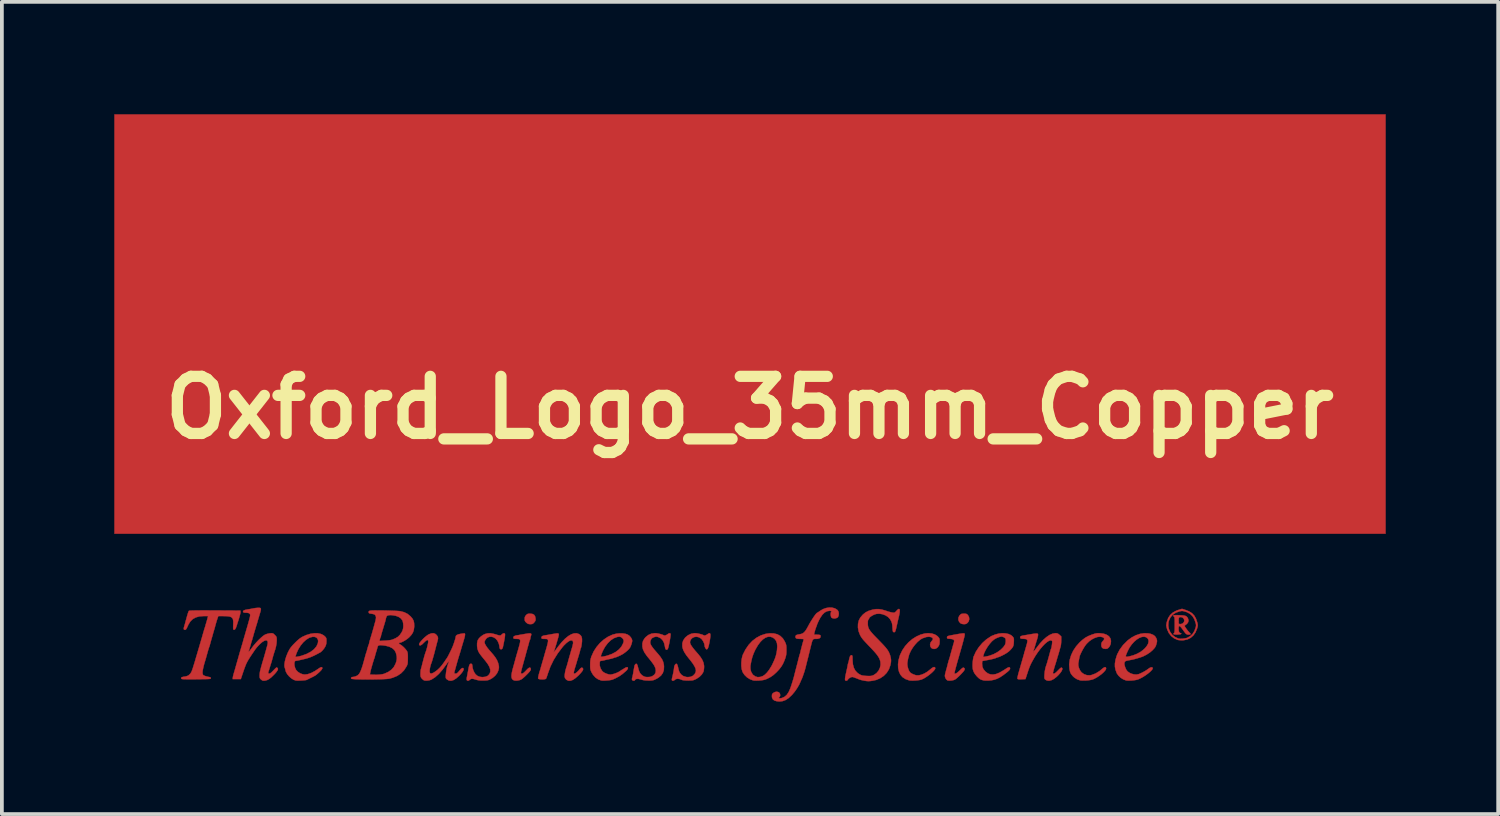
<source format=kicad_pcb>
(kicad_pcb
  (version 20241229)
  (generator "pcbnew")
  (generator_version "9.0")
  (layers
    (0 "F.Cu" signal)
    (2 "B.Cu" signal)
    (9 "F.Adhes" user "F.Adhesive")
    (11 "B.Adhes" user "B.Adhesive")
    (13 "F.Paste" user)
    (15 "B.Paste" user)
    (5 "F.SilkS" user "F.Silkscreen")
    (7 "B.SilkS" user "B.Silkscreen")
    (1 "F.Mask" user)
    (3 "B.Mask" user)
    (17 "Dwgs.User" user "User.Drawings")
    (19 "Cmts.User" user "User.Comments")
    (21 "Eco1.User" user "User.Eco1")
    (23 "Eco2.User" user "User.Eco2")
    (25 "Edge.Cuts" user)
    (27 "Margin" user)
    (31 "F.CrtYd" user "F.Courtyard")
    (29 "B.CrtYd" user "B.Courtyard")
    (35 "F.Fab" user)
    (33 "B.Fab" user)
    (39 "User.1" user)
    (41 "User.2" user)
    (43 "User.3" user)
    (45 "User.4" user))
  (footprint "Oxford_Logo_35mm_Copper"
    (layer "F.Cu")
    (at 16.959 7.828)
    (property "Reference" "Oxford_Logo_35mm_Copper" (at 0 0 0) (layer "F.SilkS") (effects (font (size 1.524 1.524) (thickness 0.3))))
    (attr through_hole)
    (fp_poly (pts (xy 16.967 3.365) (xy -16.954 3.365) (xy -16.954 -7.823) (xy 16.967 -7.823) (xy 16.967 3.365)) (stroke (width 0.01) (type solid)) (fill yes) (layer "F.Cu"))
    (fp_poly (pts (xy 5.759 5.5) (xy 5.786 5.507) (xy 5.807 5.522) (xy 5.822 5.538) (xy 5.85 5.589) (xy 5.857 5.646) (xy 5.843 5.701) (xy 5.816 5.739) (xy 5.785 5.765) (xy 5.753 5.776) (xy 5.717 5.779) (xy 5.673 5.774) (xy 5.637 5.763) (xy 5.629 5.759) (xy 5.587 5.716) (xy 5.567 5.664) (xy 5.568 5.609) (xy 5.592 5.556) (xy 5.602 5.544) (xy 5.627 5.518) (xy 5.649 5.505) (xy 5.68 5.5) (xy 5.715 5.499) (xy 5.759 5.5)) (stroke (width 0.01) (type solid)) (fill yes) (layer "F.Cu"))
    (fp_poly (pts (xy -5.8 5.506) (xy -5.757 5.528) (xy -5.73 5.567) (xy -5.718 5.622) (xy -5.716 5.662) (xy -5.723 5.691) (xy -5.741 5.718) (xy -5.753 5.732) (xy -5.781 5.761) (xy -5.808 5.775) (xy -5.844 5.778) (xy -5.856 5.779) (xy -5.9 5.775) (xy -5.934 5.761) (xy -5.962 5.739) (xy -5.99 5.711) (xy -6.004 5.684) (xy -6.007 5.647) (xy -6.007 5.639) (xy -6.004 5.595) (xy -5.99 5.563) (xy -5.97 5.539) (xy -5.945 5.515) (xy -5.92 5.503) (xy -5.885 5.499) (xy -5.863 5.499) (xy -5.8 5.506)) (stroke (width 0.01) (type solid)) (fill yes) (layer "F.Cu"))
    (fp_poly (pts (xy 11.626 5.399) (xy 11.725 5.438) (xy 11.803 5.488) (xy 11.864 5.553) (xy 11.909 5.635) (xy 11.943 5.735) (xy 11.953 5.777) (xy 11.956 5.809) (xy 11.952 5.841) (xy 11.94 5.885) (xy 11.937 5.895) (xy 11.896 5.996) (xy 11.838 6.08) (xy 11.766 6.143) (xy 11.681 6.186) (xy 11.584 6.207) (xy 11.535 6.209) (xy 11.485 6.207) (xy 11.442 6.203) (xy 11.417 6.198) (xy 11.325 6.157) (xy 11.247 6.096) (xy 11.184 6.017) (xy 11.14 5.921) (xy 11.126 5.87) (xy 11.118 5.829) (xy 11.118 5.818) (xy 11.168 5.818) (xy 11.184 5.908) (xy 11.221 5.99) (xy 11.275 6.063) (xy 11.346 6.12) (xy 11.43 6.159) (xy 11.449 6.164) (xy 11.489 6.169) (xy 11.543 6.167) (xy 11.601 6.16) (xy 11.653 6.15) (xy 11.684 6.139) (xy 11.762 6.092) (xy 11.821 6.034) (xy 11.866 5.96) (xy 11.895 5.884) (xy 11.907 5.839) (xy 11.91 5.804) (xy 11.904 5.766) (xy 11.9 5.749) (xy 11.865 5.648) (xy 11.816 5.567) (xy 11.751 5.505) (xy 11.669 5.46) (xy 11.629 5.446) (xy 11.582 5.433) (xy 11.548 5.427) (xy 11.517 5.428) (xy 11.477 5.436) (xy 11.46 5.44) (xy 11.365 5.475) (xy 11.287 5.528) (xy 11.227 5.597) (xy 11.187 5.682) (xy 11.175 5.724) (xy 11.168 5.818) (xy 11.118 5.818) (xy 11.117 5.793) (xy 11.123 5.751) (xy 11.132 5.714) (xy 11.166 5.616) (xy 11.219 5.535) (xy 11.289 5.47) (xy 11.38 5.421) (xy 11.444 5.398) (xy 11.536 5.37) (xy 11.626 5.399)) (stroke (width 0.01) (type solid)) (fill yes) (layer "F.Cu"))
    (fp_poly (pts (xy 0.639 6.026) (xy 0.735 6.049) (xy 0.816 6.094) (xy 0.883 6.159) (xy 0.934 6.241) (xy 0.954 6.285) (xy 0.967 6.32) (xy 0.974 6.355) (xy 0.977 6.397) (xy 0.978 6.456) (xy 0.978 6.465) (xy 0.977 6.532) (xy 0.973 6.585) (xy 0.964 6.633) (xy 0.949 6.684) (xy 0.925 6.748) (xy 0.918 6.766) (xy 0.883 6.842) (xy 0.841 6.912) (xy 0.788 6.981) (xy 0.718 7.057) (xy 0.712 7.063) (xy 0.636 7.132) (xy 0.559 7.187) (xy 0.471 7.233) (xy 0.419 7.255) (xy 0.374 7.267) (xy 0.311 7.277) (xy 0.242 7.283) (xy 0.173 7.285) (xy 0.115 7.283) (xy 0.089 7.279) (xy 0.006 7.248) (xy -0.073 7.199) (xy -0.139 7.135) (xy -0.188 7.062) (xy -0.194 7.05) (xy -0.214 6.982) (xy -0.224 6.901) (xy 0.017 6.901) (xy 0.017 6.976) (xy 0.036 7.049) (xy 0.072 7.112) (xy 0.089 7.132) (xy 0.148 7.174) (xy 0.211 7.193) (xy 0.282 7.187) (xy 0.343 7.166) (xy 0.401 7.129) (xy 0.461 7.07) (xy 0.521 6.992) (xy 0.578 6.899) (xy 0.601 6.856) (xy 0.643 6.765) (xy 0.675 6.689) (xy 0.698 6.618) (xy 0.715 6.546) (xy 0.727 6.471) (xy 0.734 6.37) (xy 0.726 6.288) (xy 0.702 6.222) (xy 0.661 6.17) (xy 0.616 6.137) (xy 0.553 6.114) (xy 0.487 6.115) (xy 0.419 6.139) (xy 0.35 6.186) (xy 0.283 6.253) (xy 0.217 6.341) (xy 0.155 6.448) (xy 0.147 6.462) (xy 0.101 6.563) (xy 0.066 6.662) (xy 0.04 6.768) (xy 0.018 6.889) (xy 0.017 6.901) (xy -0.224 6.901) (xy -0.225 6.898) (xy -0.225 6.807) (xy -0.216 6.715) (xy -0.197 6.631) (xy -0.183 6.591) (xy -0.113 6.453) (xy -0.029 6.331) (xy 0.068 6.227) (xy 0.177 6.143) (xy 0.294 6.08) (xy 0.42 6.039) (xy 0.529 6.023) (xy 0.639 6.026)) (stroke (width 0.01) (type solid)) (fill yes) (layer "F.Cu"))
    (fp_poly (pts (xy 4.859 6.029) (xy 4.941 6.055) (xy 5.007 6.098) (xy 5.02 6.111) (xy 5.047 6.141) (xy 5.061 6.167) (xy 5.066 6.199) (xy 5.067 6.237) (xy 5.064 6.296) (xy 5.052 6.34) (xy 5.027 6.38) (xy 5.006 6.404) (xy 4.966 6.432) (xy 4.918 6.441) (xy 4.871 6.431) (xy 4.841 6.41) (xy 4.817 6.367) (xy 4.812 6.316) (xy 4.827 6.266) (xy 4.851 6.234) (xy 4.882 6.196) (xy 4.888 6.166) (xy 4.87 6.141) (xy 4.842 6.125) (xy 4.782 6.114) (xy 4.709 6.122) (xy 4.622 6.152) (xy 4.602 6.16) (xy 4.54 6.198) (xy 4.475 6.255) (xy 4.41 6.326) (xy 4.35 6.405) (xy 4.299 6.488) (xy 4.262 6.569) (xy 4.252 6.595) (xy 4.223 6.705) (xy 4.207 6.798) (xy 4.204 6.842) (xy 4.21 6.9) (xy 4.226 6.963) (xy 4.248 7.02) (xy 4.275 7.062) (xy 4.276 7.064) (xy 4.31 7.09) (xy 4.359 7.116) (xy 4.415 7.136) (xy 4.446 7.144) (xy 4.51 7.145) (xy 4.584 7.127) (xy 4.663 7.094) (xy 4.742 7.046) (xy 4.815 6.988) (xy 4.865 6.947) (xy 4.905 6.926) (xy 4.934 6.925) (xy 4.95 6.946) (xy 4.951 6.952) (xy 4.944 6.977) (xy 4.919 7.013) (xy 4.88 7.054) (xy 4.83 7.099) (xy 4.772 7.145) (xy 4.712 7.187) (xy 4.652 7.224) (xy 4.596 7.251) (xy 4.582 7.257) (xy 4.535 7.269) (xy 4.471 7.278) (xy 4.4 7.284) (xy 4.332 7.285) (xy 4.275 7.282) (xy 4.255 7.279) (xy 4.158 7.245) (xy 4.076 7.192) (xy 4.073 7.189) (xy 4.019 7.125) (xy 3.982 7.045) (xy 3.961 6.952) (xy 3.957 6.849) (xy 3.971 6.739) (xy 4.002 6.626) (xy 4.013 6.597) (xy 4.072 6.475) (xy 4.148 6.363) (xy 4.238 6.263) (xy 4.339 6.177) (xy 4.448 6.108) (xy 4.561 6.057) (xy 4.676 6.027) (xy 4.763 6.02) (xy 4.859 6.029)) (stroke (width 0.01) (type solid)) (fill yes) (layer "F.Cu"))
    (fp_poly (pts (xy 11.451 5.539) (xy 11.459 5.54) (xy 11.535 5.543) (xy 11.59 5.549) (xy 11.629 5.559) (xy 11.656 5.574) (xy 11.677 5.596) (xy 11.692 5.62) (xy 11.708 5.674) (xy 11.7 5.724) (xy 11.667 5.771) (xy 11.615 5.81) (xy 11.607 5.819) (xy 11.607 5.832) (xy 11.619 5.855) (xy 11.644 5.892) (xy 11.657 5.91) (xy 11.689 5.953) (xy 11.72 5.989) (xy 11.742 6.012) (xy 11.746 6.015) (xy 11.765 6.035) (xy 11.76 6.049) (xy 11.732 6.057) (xy 11.71 6.058) (xy 11.683 6.057) (xy 11.662 6.05) (xy 11.641 6.036) (xy 11.617 6.01) (xy 11.587 5.969) (xy 11.555 5.924) (xy 11.514 5.869) (xy 11.484 5.838) (xy 11.463 5.828) (xy 11.45 5.841) (xy 11.444 5.877) (xy 11.443 5.905) (xy 11.448 5.965) (xy 11.465 6.003) (xy 11.494 6.019) (xy 11.502 6.02) (xy 11.516 6.028) (xy 11.516 6.036) (xy 11.501 6.045) (xy 11.469 6.051) (xy 11.426 6.055) (xy 11.381 6.056) (xy 11.342 6.054) (xy 11.315 6.049) (xy 11.309 6.044) (xy 11.31 6.027) (xy 11.32 6.017) (xy 11.328 6.01) (xy 11.334 5.996) (xy 11.337 5.971) (xy 11.34 5.931) (xy 11.341 5.873) (xy 11.341 5.797) (xy 11.341 5.717) (xy 11.341 5.713) (xy 11.444 5.713) (xy 11.446 5.747) (xy 11.448 5.761) (xy 11.465 5.775) (xy 11.496 5.777) (xy 11.532 5.769) (xy 11.562 5.752) (xy 11.589 5.718) (xy 11.596 5.678) (xy 11.585 5.64) (xy 11.559 5.609) (xy 11.521 5.592) (xy 11.492 5.59) (xy 11.468 5.594) (xy 11.455 5.602) (xy 11.449 5.622) (xy 11.446 5.659) (xy 11.445 5.669) (xy 11.444 5.713) (xy 11.341 5.713) (xy 11.34 5.66) (xy 11.337 5.621) (xy 11.333 5.596) (xy 11.327 5.584) (xy 11.322 5.58) (xy 11.305 5.563) (xy 11.303 5.553) (xy 11.306 5.545) (xy 11.319 5.54) (xy 11.344 5.538) (xy 11.387 5.538) (xy 11.451 5.539)) (stroke (width 0.01) (type solid)) (fill yes) (layer "F.Cu"))
    (fp_poly (pts (xy 9.353 6.022) (xy 9.45 6.035) (xy 9.527 6.063) (xy 9.585 6.103) (xy 9.623 6.157) (xy 9.639 6.223) (xy 9.639 6.238) (xy 9.631 6.31) (xy 9.604 6.37) (xy 9.577 6.404) (xy 9.548 6.429) (xy 9.513 6.438) (xy 9.492 6.439) (xy 9.437 6.431) (xy 9.402 6.408) (xy 9.384 6.367) (xy 9.381 6.333) (xy 9.385 6.29) (xy 9.398 6.258) (xy 9.421 6.232) (xy 9.452 6.194) (xy 9.459 6.165) (xy 9.444 6.142) (xy 9.415 6.126) (xy 9.354 6.113) (xy 9.283 6.12) (xy 9.207 6.145) (xy 9.13 6.185) (xy 9.056 6.238) (xy 8.99 6.303) (xy 8.963 6.336) (xy 8.923 6.395) (xy 8.88 6.468) (xy 8.841 6.545) (xy 8.812 6.61) (xy 8.805 6.63) (xy 8.798 6.662) (xy 8.788 6.71) (xy 8.776 6.778) (xy 8.767 6.827) (xy 8.768 6.884) (xy 8.785 6.949) (xy 8.814 7.012) (xy 8.853 7.064) (xy 8.857 7.068) (xy 8.923 7.115) (xy 8.999 7.141) (xy 9.079 7.144) (xy 9.117 7.137) (xy 9.23 7.095) (xy 9.337 7.029) (xy 9.384 6.989) (xy 9.434 6.948) (xy 9.471 6.928) (xy 9.495 6.928) (xy 9.508 6.948) (xy 9.51 6.958) (xy 9.503 6.988) (xy 9.477 7.025) (xy 9.436 7.069) (xy 9.384 7.115) (xy 9.324 7.159) (xy 9.261 7.2) (xy 9.198 7.234) (xy 9.155 7.253) (xy 9.099 7.267) (xy 9.027 7.278) (xy 8.95 7.284) (xy 8.877 7.284) (xy 8.82 7.279) (xy 8.737 7.251) (xy 8.66 7.202) (xy 8.623 7.167) (xy 8.587 7.124) (xy 8.563 7.087) (xy 8.547 7.045) (xy 8.535 6.989) (xy 8.532 6.973) (xy 8.524 6.853) (xy 8.539 6.73) (xy 8.576 6.607) (xy 8.633 6.486) (xy 8.71 6.371) (xy 8.803 6.266) (xy 8.882 6.195) (xy 8.955 6.14) (xy 9.032 6.098) (xy 9.119 6.062) (xy 9.132 6.058) (xy 9.192 6.038) (xy 9.238 6.026) (xy 9.28 6.021) (xy 9.326 6.021) (xy 9.353 6.022)) (stroke (width 0.01) (type solid)) (fill yes) (layer "F.Cu"))
    (fp_poly (pts (xy 5.721 6.025) (xy 5.73 6.03) (xy 5.73 6.03) (xy 5.735 6.037) (xy 5.736 6.048) (xy 5.735 6.065) (xy 5.731 6.092) (xy 5.723 6.129) (xy 5.71 6.179) (xy 5.693 6.245) (xy 5.67 6.329) (xy 5.641 6.432) (xy 5.605 6.557) (xy 5.601 6.572) (xy 5.564 6.7) (xy 5.534 6.805) (xy 5.511 6.89) (xy 5.492 6.957) (xy 5.479 7.008) (xy 5.47 7.045) (xy 5.465 7.071) (xy 5.464 7.087) (xy 5.466 7.096) (xy 5.471 7.099) (xy 5.478 7.1) (xy 5.487 7.099) (xy 5.488 7.099) (xy 5.515 7.089) (xy 5.557 7.058) (xy 5.604 7.014) (xy 5.645 6.974) (xy 5.674 6.95) (xy 5.693 6.939) (xy 5.707 6.94) (xy 5.712 6.942) (xy 5.731 6.958) (xy 5.737 6.978) (xy 5.728 7.004) (xy 5.704 7.039) (xy 5.662 7.086) (xy 5.63 7.12) (xy 5.583 7.167) (xy 5.538 7.208) (xy 5.501 7.24) (xy 5.475 7.257) (xy 5.432 7.273) (xy 5.378 7.283) (xy 5.325 7.286) (xy 5.283 7.281) (xy 5.274 7.278) (xy 5.245 7.254) (xy 5.221 7.215) (xy 5.208 7.171) (xy 5.207 7.157) (xy 5.21 7.129) (xy 5.22 7.086) (xy 5.233 7.036) (xy 5.234 7.032) (xy 5.248 6.98) (xy 5.262 6.932) (xy 5.271 6.896) (xy 5.271 6.896) (xy 5.288 6.828) (xy 5.304 6.769) (xy 5.317 6.726) (xy 5.322 6.712) (xy 5.33 6.687) (xy 5.342 6.646) (xy 5.353 6.604) (xy 5.366 6.556) (xy 5.378 6.514) (xy 5.385 6.49) (xy 5.393 6.461) (xy 5.405 6.418) (xy 5.417 6.375) (xy 5.43 6.327) (xy 5.443 6.283) (xy 5.451 6.258) (xy 5.456 6.22) (xy 5.44 6.194) (xy 5.401 6.177) (xy 5.342 6.17) (xy 5.299 6.167) (xy 5.276 6.162) (xy 5.266 6.152) (xy 5.264 6.135) (xy 5.264 6.134) (xy 5.266 6.117) (xy 5.275 6.105) (xy 5.296 6.094) (xy 5.333 6.085) (xy 5.389 6.073) (xy 5.397 6.072) (xy 5.497 6.054) (xy 5.575 6.04) (xy 5.633 6.031) (xy 5.675 6.025) (xy 5.703 6.024) (xy 5.721 6.025)) (stroke (width 0.01) (type solid)) (fill yes) (layer "F.Cu"))
    (fp_poly (pts (xy -5.843 6.028) (xy -5.831 6.041) (xy -5.832 6.064) (xy -5.839 6.087) (xy -5.85 6.124) (xy -5.855 6.154) (xy -5.855 6.155) (xy -5.859 6.181) (xy -5.864 6.19) (xy -5.873 6.207) (xy -5.884 6.24) (xy -5.889 6.259) (xy -5.901 6.306) (xy -5.913 6.351) (xy -5.917 6.363) (xy -5.928 6.401) (xy -5.941 6.45) (xy -5.949 6.477) (xy -5.961 6.521) (xy -5.977 6.58) (xy -5.994 6.643) (xy -6.001 6.668) (xy -6.017 6.724) (xy -6.031 6.775) (xy -6.042 6.814) (xy -6.045 6.826) (xy -6.054 6.859) (xy -6.067 6.905) (xy -6.077 6.941) (xy -6.09 6.989) (xy -6.101 7.034) (xy -6.105 7.058) (xy -6.107 7.086) (xy -6.099 7.097) (xy -6.079 7.099) (xy -6.056 7.092) (xy -6.025 7.07) (xy -5.985 7.031) (xy -5.971 7.016) (xy -5.924 6.968) (xy -5.888 6.942) (xy -5.864 6.938) (xy -5.849 6.954) (xy -5.844 6.976) (xy -5.845 6.995) (xy -5.855 7.016) (xy -5.875 7.044) (xy -5.909 7.082) (xy -5.94 7.114) (xy -5.985 7.159) (xy -6.03 7.201) (xy -6.068 7.233) (xy -6.088 7.248) (xy -6.135 7.27) (xy -6.192 7.283) (xy -6.248 7.286) (xy -6.293 7.279) (xy -6.295 7.278) (xy -6.327 7.259) (xy -6.348 7.231) (xy -6.358 7.192) (xy -6.359 7.14) (xy -6.349 7.072) (xy -6.329 6.985) (xy -6.299 6.878) (xy -6.299 6.877) (xy -6.289 6.843) (xy -6.277 6.797) (xy -6.269 6.769) (xy -6.259 6.732) (xy -6.244 6.677) (xy -6.225 6.61) (xy -6.204 6.537) (xy -6.193 6.5) (xy -6.165 6.402) (xy -6.144 6.326) (xy -6.131 6.269) (xy -6.126 6.228) (xy -6.129 6.201) (xy -6.141 6.184) (xy -6.161 6.176) (xy -6.19 6.173) (xy -6.225 6.172) (xy -6.27 6.17) (xy -6.296 6.164) (xy -6.308 6.152) (xy -6.308 6.151) (xy -6.308 6.121) (xy -6.286 6.098) (xy -6.242 6.082) (xy -6.234 6.081) (xy -6.192 6.074) (xy -6.154 6.068) (xy -6.147 6.066) (xy -6.121 6.061) (xy -6.077 6.054) (xy -6.023 6.044) (xy -5.985 6.038) (xy -5.916 6.027) (xy -5.87 6.024) (xy -5.843 6.028)) (stroke (width 0.01) (type solid)) (fill yes) (layer "F.Cu"))
    (fp_poly (pts (xy -1.423 6.023) (xy -1.373 6.031) (xy -1.321 6.043) (xy -1.276 6.056) (xy -1.245 6.068) (xy -1.239 6.072) (xy -1.209 6.083) (xy -1.17 6.073) (xy -1.134 6.051) (xy -1.099 6.028) (xy -1.074 6.02) (xy -1.058 6.03) (xy -1.051 6.059) (xy -1.052 6.108) (xy -1.061 6.179) (xy -1.073 6.248) (xy -1.091 6.335) (xy -1.108 6.397) (xy -1.126 6.435) (xy -1.144 6.451) (xy -1.149 6.452) (xy -1.168 6.44) (xy -1.187 6.413) (xy -1.202 6.377) (xy -1.206 6.344) (xy -1.216 6.296) (xy -1.24 6.242) (xy -1.273 6.191) (xy -1.3 6.163) (xy -1.355 6.129) (xy -1.415 6.115) (xy -1.474 6.12) (xy -1.527 6.143) (xy -1.568 6.183) (xy -1.58 6.204) (xy -1.591 6.233) (xy -1.595 6.261) (xy -1.59 6.292) (xy -1.575 6.327) (xy -1.548 6.37) (xy -1.508 6.424) (xy -1.454 6.49) (xy -1.383 6.571) (xy -1.38 6.574) (xy -1.312 6.66) (xy -1.264 6.737) (xy -1.234 6.812) (xy -1.22 6.886) (xy -1.219 6.919) (xy -1.222 6.971) (xy -1.229 7.019) (xy -1.237 7.05) (xy -1.279 7.12) (xy -1.341 7.183) (xy -1.419 7.235) (xy -1.432 7.242) (xy -1.473 7.261) (xy -1.506 7.273) (xy -1.54 7.28) (xy -1.583 7.282) (xy -1.642 7.283) (xy -1.647 7.283) (xy -1.705 7.281) (xy -1.756 7.277) (xy -1.793 7.272) (xy -1.806 7.268) (xy -1.878 7.241) (xy -1.938 7.235) (xy -1.984 7.251) (xy -2.001 7.266) (xy -2.029 7.285) (xy -2.058 7.289) (xy -2.077 7.276) (xy -2.08 7.255) (xy -2.075 7.223) (xy -2.073 7.215) (xy -2.062 7.173) (xy -2.05 7.119) (xy -2.038 7.061) (xy -2.028 7.006) (xy -2.022 6.962) (xy -2.019 6.936) (xy -2.013 6.901) (xy -1.998 6.867) (xy -1.978 6.843) (xy -1.959 6.835) (xy -1.943 6.846) (xy -1.929 6.875) (xy -1.915 6.924) (xy -1.904 6.977) (xy -1.879 7.057) (xy -1.835 7.119) (xy -1.774 7.164) (xy -1.699 7.188) (xy -1.652 7.192) (xy -1.577 7.184) (xy -1.515 7.155) (xy -1.466 7.103) (xy -1.464 7.1) (xy -1.443 7.059) (xy -1.437 7.015) (xy -1.446 6.965) (xy -1.472 6.907) (xy -1.514 6.838) (xy -1.574 6.757) (xy -1.617 6.704) (xy -1.686 6.617) (xy -1.736 6.542) (xy -1.771 6.477) (xy -1.792 6.416) (xy -1.8 6.371) (xy -1.799 6.287) (xy -1.776 6.214) (xy -1.73 6.146) (xy -1.719 6.133) (xy -1.648 6.075) (xy -1.566 6.036) (xy -1.479 6.02) (xy -1.464 6.02) (xy -1.423 6.023)) (stroke (width 0.01) (type solid)) (fill yes) (layer "F.Cu"))
    (fp_poly (pts (xy 6.827 6.025) (xy 6.907 6.042) (xy 6.973 6.073) (xy 7.012 6.106) (xy 7.031 6.13) (xy 7.043 6.15) (xy 7.048 6.176) (xy 7.048 6.214) (xy 7.047 6.253) (xy 7.043 6.308) (xy 7.037 6.345) (xy 7.026 6.375) (xy 7.007 6.405) (xy 7 6.415) (xy 6.965 6.456) (xy 6.921 6.499) (xy 6.896 6.52) (xy 6.847 6.554) (xy 6.787 6.589) (xy 6.724 6.621) (xy 6.667 6.647) (xy 6.623 6.662) (xy 6.592 6.671) (xy 6.572 6.68) (xy 6.551 6.689) (xy 6.51 6.701) (xy 6.458 6.714) (xy 6.4 6.726) (xy 6.369 6.732) (xy 6.319 6.741) (xy 6.269 6.75) (xy 6.255 6.753) (xy 6.204 6.763) (xy 6.2 6.835) (xy 6.206 6.911) (xy 6.233 6.977) (xy 6.283 7.039) (xy 6.289 7.044) (xy 6.351 7.092) (xy 6.418 7.118) (xy 6.491 7.124) (xy 6.572 7.11) (xy 6.663 7.074) (xy 6.764 7.016) (xy 6.817 6.982) (xy 6.871 6.947) (xy 6.91 6.93) (xy 6.934 6.93) (xy 6.945 6.947) (xy 6.947 6.965) (xy 6.941 6.986) (xy 6.923 7.01) (xy 6.888 7.043) (xy 6.855 7.07) (xy 6.76 7.142) (xy 6.677 7.197) (xy 6.6 7.236) (xy 6.524 7.262) (xy 6.444 7.278) (xy 6.382 7.283) (xy 6.327 7.284) (xy 6.276 7.283) (xy 6.239 7.279) (xy 6.236 7.278) (xy 6.185 7.264) (xy 6.145 7.245) (xy 6.108 7.217) (xy 6.065 7.175) (xy 6.056 7.166) (xy 6.006 7.104) (xy 5.972 7.043) (xy 5.952 6.977) (xy 5.946 6.899) (xy 5.948 6.821) (xy 5.953 6.761) (xy 5.961 6.703) (xy 5.971 6.658) (xy 5.972 6.655) (xy 6.226 6.655) (xy 6.278 6.647) (xy 6.322 6.639) (xy 6.374 6.627) (xy 6.401 6.62) (xy 6.508 6.58) (xy 6.608 6.527) (xy 6.696 6.463) (xy 6.767 6.393) (xy 6.811 6.329) (xy 6.826 6.285) (xy 6.832 6.232) (xy 6.829 6.183) (xy 6.825 6.166) (xy 6.806 6.144) (xy 6.773 6.124) (xy 6.736 6.111) (xy 6.719 6.109) (xy 6.677 6.116) (xy 6.623 6.134) (xy 6.567 6.159) (xy 6.518 6.189) (xy 6.518 6.189) (xy 6.46 6.239) (xy 6.401 6.307) (xy 6.344 6.385) (xy 6.295 6.467) (xy 6.257 6.546) (xy 6.236 6.609) (xy 6.226 6.655) (xy 5.972 6.655) (xy 5.975 6.645) (xy 6.033 6.516) (xy 6.112 6.394) (xy 6.207 6.282) (xy 6.315 6.185) (xy 6.43 6.108) (xy 6.455 6.094) (xy 6.548 6.056) (xy 6.643 6.031) (xy 6.738 6.021) (xy 6.827 6.025)) (stroke (width 0.01) (type solid)) (fill yes) (layer "F.Cu"))
    (fp_poly (pts (xy 10.637 6.025) (xy 10.702 6.039) (xy 10.767 6.065) (xy 10.813 6.099) (xy 10.845 6.147) (xy 10.853 6.166) (xy 10.864 6.198) (xy 10.868 6.224) (xy 10.866 6.253) (xy 10.855 6.295) (xy 10.852 6.308) (xy 10.838 6.354) (xy 10.82 6.39) (xy 10.794 6.425) (xy 10.754 6.468) (xy 10.752 6.471) (xy 10.68 6.533) (xy 10.591 6.591) (xy 10.497 6.639) (xy 10.42 6.667) (xy 10.376 6.68) (xy 10.325 6.695) (xy 10.306 6.701) (xy 10.253 6.715) (xy 10.196 6.728) (xy 10.179 6.731) (xy 10.115 6.743) (xy 10.071 6.752) (xy 10.042 6.76) (xy 10.025 6.768) (xy 10.015 6.776) (xy 10.011 6.781) (xy 9.997 6.814) (xy 9.999 6.861) (xy 10.016 6.923) (xy 10.02 6.933) (xy 10.049 6.998) (xy 10.087 7.044) (xy 10.14 7.08) (xy 10.17 7.095) (xy 10.243 7.118) (xy 10.316 7.124) (xy 10.381 7.112) (xy 10.385 7.111) (xy 10.45 7.082) (xy 10.517 7.048) (xy 10.578 7.012) (xy 10.624 6.98) (xy 10.631 6.975) (xy 10.672 6.946) (xy 10.71 6.931) (xy 10.739 6.932) (xy 10.754 6.949) (xy 10.754 6.951) (xy 10.748 6.977) (xy 10.722 7.011) (xy 10.681 7.052) (xy 10.629 7.095) (xy 10.568 7.14) (xy 10.503 7.182) (xy 10.437 7.219) (xy 10.374 7.248) (xy 10.351 7.257) (xy 10.306 7.268) (xy 10.246 7.277) (xy 10.18 7.283) (xy 10.116 7.285) (xy 10.063 7.283) (xy 10.039 7.279) (xy 9.968 7.252) (xy 9.9 7.209) (xy 9.842 7.155) (xy 9.8 7.097) (xy 9.795 7.087) (xy 9.761 6.997) (xy 9.745 6.914) (xy 9.745 6.828) (xy 9.761 6.73) (xy 9.761 6.727) (xy 9.789 6.638) (xy 10.033 6.638) (xy 10.044 6.648) (xy 10.077 6.649) (xy 10.129 6.639) (xy 10.2 6.62) (xy 10.243 6.607) (xy 10.333 6.571) (xy 10.416 6.526) (xy 10.488 6.475) (xy 10.548 6.42) (xy 10.595 6.363) (xy 10.628 6.306) (xy 10.643 6.252) (xy 10.641 6.202) (xy 10.62 6.16) (xy 10.577 6.127) (xy 10.577 6.127) (xy 10.524 6.113) (xy 10.462 6.12) (xy 10.395 6.146) (xy 10.325 6.19) (xy 10.256 6.249) (xy 10.191 6.322) (xy 10.144 6.388) (xy 10.118 6.432) (xy 10.092 6.484) (xy 10.067 6.538) (xy 10.047 6.586) (xy 10.035 6.624) (xy 10.033 6.638) (xy 9.789 6.638) (xy 9.804 6.59) (xy 9.871 6.461) (xy 9.961 6.338) (xy 10.076 6.222) (xy 10.093 6.207) (xy 10.194 6.133) (xy 10.303 6.076) (xy 10.416 6.038) (xy 10.528 6.021) (xy 10.637 6.025)) (stroke (width 0.01) (type solid)) (fill yes) (layer "F.Cu"))
    (fp_poly (pts (xy -11.531 6.022) (xy -11.447 6.04) (xy -11.376 6.074) (xy -11.339 6.105) (xy -11.316 6.13) (xy -11.303 6.153) (xy -11.298 6.183) (xy -11.297 6.228) (xy -11.297 6.233) (xy -11.301 6.297) (xy -11.315 6.347) (xy -11.326 6.372) (xy -11.359 6.426) (xy -11.399 6.476) (xy -11.439 6.515) (xy -11.461 6.531) (xy -11.56 6.584) (xy -11.644 6.626) (xy -11.719 6.658) (xy -11.79 6.683) (xy -11.863 6.704) (xy -11.887 6.709) (xy -11.942 6.722) (xy -11.997 6.735) (xy -12.03 6.742) (xy -12.071 6.751) (xy -12.106 6.756) (xy -12.116 6.756) (xy -12.137 6.767) (xy -12.15 6.797) (xy -12.154 6.839) (xy -12.149 6.888) (xy -12.136 6.939) (xy -12.115 6.987) (xy -12.107 7.001) (xy -12.06 7.051) (xy -11.997 7.092) (xy -11.928 7.117) (xy -11.874 7.124) (xy -11.793 7.113) (xy -11.702 7.081) (xy -11.602 7.028) (xy -11.516 6.971) (xy -11.474 6.943) (xy -11.441 6.928) (xy -11.424 6.926) (xy -11.406 6.942) (xy -11.41 6.968) (xy -11.435 7.005) (xy -11.482 7.054) (xy -11.489 7.06) (xy -11.531 7.098) (xy -11.563 7.125) (xy -11.593 7.147) (xy -11.628 7.167) (xy -11.674 7.191) (xy -11.717 7.212) (xy -11.762 7.234) (xy -11.801 7.254) (xy -11.826 7.266) (xy -11.827 7.267) (xy -11.85 7.272) (xy -11.892 7.277) (xy -11.945 7.281) (xy -12.001 7.284) (xy -12.055 7.285) (xy -12.098 7.284) (xy -12.118 7.282) (xy -12.176 7.261) (xy -12.237 7.222) (xy -12.294 7.171) (xy -12.343 7.113) (xy -12.377 7.053) (xy -12.39 7.012) (xy -12.398 6.973) (xy -12.41 6.94) (xy -12.41 6.939) (xy -12.419 6.899) (xy -12.417 6.841) (xy -12.406 6.771) (xy -12.386 6.692) (xy -12.373 6.655) (xy -12.126 6.655) (xy -12.073 6.647) (xy -12.028 6.639) (xy -11.976 6.626) (xy -11.957 6.621) (xy -11.827 6.574) (xy -11.718 6.517) (xy -11.631 6.451) (xy -11.567 6.376) (xy -11.557 6.358) (xy -11.526 6.288) (xy -11.518 6.227) (xy -11.53 6.177) (xy -11.56 6.14) (xy -11.605 6.119) (xy -11.664 6.116) (xy -11.734 6.134) (xy -11.763 6.146) (xy -11.842 6.196) (xy -11.918 6.266) (xy -11.988 6.352) (xy -12.048 6.449) (xy -12.095 6.552) (xy -12.114 6.609) (xy -12.126 6.655) (xy -12.373 6.655) (xy -12.358 6.611) (xy -12.325 6.532) (xy -12.323 6.529) (xy -12.294 6.472) (xy -12.266 6.425) (xy -12.232 6.38) (xy -12.188 6.33) (xy -12.147 6.288) (xy -12.078 6.22) (xy -12.017 6.168) (xy -11.96 6.129) (xy -11.939 6.117) (xy -11.833 6.069) (xy -11.728 6.037) (xy -11.626 6.022) (xy -11.531 6.022)) (stroke (width 0.01) (type solid)) (fill yes) (layer "F.Cu"))
    (fp_poly (pts (xy -6.536 6.033) (xy -6.532 6.039) (xy -6.531 6.064) (xy -6.535 6.11) (xy -6.545 6.175) (xy -6.56 6.255) (xy -6.565 6.28) (xy -6.576 6.33) (xy -6.586 6.379) (xy -6.588 6.394) (xy -6.604 6.432) (xy -6.627 6.449) (xy -6.652 6.448) (xy -6.672 6.428) (xy -6.68 6.39) (xy -6.68 6.388) (xy -6.684 6.355) (xy -6.694 6.312) (xy -6.701 6.289) (xy -6.732 6.222) (xy -6.776 6.17) (xy -6.827 6.134) (xy -6.883 6.115) (xy -6.938 6.114) (xy -6.991 6.131) (xy -7.035 6.166) (xy -7.068 6.219) (xy -7.077 6.246) (xy -7.078 6.269) (xy -7.07 6.297) (xy -7.055 6.329) (xy -7.033 6.366) (xy -6.999 6.414) (xy -6.957 6.466) (xy -6.925 6.502) (xy -6.847 6.592) (xy -6.788 6.67) (xy -6.746 6.74) (xy -6.719 6.805) (xy -6.712 6.828) (xy -6.699 6.882) (xy -6.694 6.923) (xy -6.697 6.961) (xy -6.708 7.006) (xy -6.712 7.02) (xy -6.744 7.089) (xy -6.796 7.155) (xy -6.862 7.212) (xy -6.917 7.245) (xy -6.955 7.263) (xy -6.987 7.274) (xy -7.023 7.279) (xy -7.071 7.282) (xy -7.118 7.282) (xy -7.191 7.281) (xy -7.248 7.275) (xy -7.297 7.263) (xy -7.324 7.254) (xy -7.383 7.238) (xy -7.427 7.237) (xy -7.461 7.252) (xy -7.479 7.269) (xy -7.504 7.286) (xy -7.532 7.288) (xy -7.551 7.273) (xy -7.552 7.27) (xy -7.555 7.245) (xy -7.552 7.209) (xy -7.551 7.204) (xy -7.536 7.128) (xy -7.525 7.068) (xy -7.515 7.014) (xy -7.504 6.956) (xy -7.503 6.948) (xy -7.489 6.887) (xy -7.472 6.85) (xy -7.451 6.834) (xy -7.425 6.837) (xy -7.409 6.855) (xy -7.404 6.893) (xy -7.397 6.949) (xy -7.377 7.013) (xy -7.349 7.072) (xy -7.319 7.115) (xy -7.268 7.159) (xy -7.212 7.183) (xy -7.142 7.192) (xy -7.132 7.192) (xy -7.055 7.184) (xy -6.996 7.16) (xy -6.953 7.118) (xy -6.946 7.108) (xy -6.925 7.053) (xy -6.925 6.991) (xy -6.947 6.921) (xy -6.992 6.842) (xy -7.055 6.758) (xy -7.111 6.69) (xy -7.153 6.638) (xy -7.184 6.599) (xy -7.206 6.568) (xy -7.222 6.543) (xy -7.235 6.52) (xy -7.247 6.496) (xy -7.267 6.436) (xy -7.277 6.365) (xy -7.277 6.293) (xy -7.266 6.23) (xy -7.256 6.202) (xy -7.223 6.153) (xy -7.172 6.105) (xy -7.113 6.064) (xy -7.066 6.042) (xy -6.993 6.024) (xy -6.917 6.022) (xy -6.832 6.038) (xy -6.785 6.051) (xy -6.727 6.069) (xy -6.688 6.079) (xy -6.661 6.08) (xy -6.641 6.074) (xy -6.623 6.058) (xy -6.617 6.052) (xy -6.585 6.027) (xy -6.556 6.021) (xy -6.536 6.033)) (stroke (width 0.01) (type solid)) (fill yes) (layer "F.Cu"))
    (fp_poly (pts (xy -2.487 6.023) (xy -2.438 6.031) (xy -2.387 6.043) (xy -2.343 6.056) (xy -2.312 6.068) (xy -2.306 6.072) (xy -2.276 6.083) (xy -2.238 6.075) (xy -2.199 6.052) (xy -2.162 6.027) (xy -2.132 6.021) (xy -2.115 6.034) (xy -2.114 6.036) (xy -2.113 6.057) (xy -2.117 6.097) (xy -2.124 6.151) (xy -2.134 6.212) (xy -2.146 6.276) (xy -2.159 6.336) (xy -2.171 6.388) (xy -2.182 6.425) (xy -2.183 6.429) (xy -2.202 6.457) (xy -2.225 6.463) (xy -2.245 6.448) (xy -2.254 6.428) (xy -2.262 6.391) (xy -2.267 6.363) (xy -2.289 6.275) (xy -2.327 6.205) (xy -2.381 6.152) (xy -2.448 6.121) (xy -2.485 6.112) (xy -2.517 6.114) (xy -2.557 6.126) (xy -2.56 6.127) (xy -2.6 6.147) (xy -2.626 6.172) (xy -2.643 6.204) (xy -2.654 6.237) (xy -2.657 6.269) (xy -2.651 6.303) (xy -2.633 6.342) (xy -2.602 6.389) (xy -2.558 6.447) (xy -2.497 6.518) (xy -2.451 6.57) (xy -2.386 6.65) (xy -2.339 6.721) (xy -2.309 6.79) (xy -2.293 6.862) (xy -2.289 6.909) (xy -2.294 7.001) (xy -2.32 7.081) (xy -2.368 7.149) (xy -2.439 7.208) (xy -2.499 7.242) (xy -2.542 7.262) (xy -2.576 7.274) (xy -2.612 7.28) (xy -2.658 7.283) (xy -2.705 7.283) (xy -2.784 7.28) (xy -2.848 7.271) (xy -2.905 7.255) (xy -2.969 7.239) (xy -3.019 7.239) (xy -3.053 7.254) (xy -3.066 7.272) (xy -3.083 7.287) (xy -3.11 7.288) (xy -3.135 7.273) (xy -3.137 7.271) (xy -3.146 7.247) (xy -3.14 7.217) (xy -3.132 7.189) (xy -3.122 7.144) (xy -3.111 7.089) (xy -3.106 7.055) (xy -3.094 6.986) (xy -3.085 6.937) (xy -3.079 6.904) (xy -3.074 6.883) (xy -3.068 6.87) (xy -3.061 6.859) (xy -3.057 6.853) (xy -3.035 6.835) (xy -3.015 6.842) (xy -2.998 6.874) (xy -2.986 6.917) (xy -2.966 6.995) (xy -2.945 7.053) (xy -2.92 7.097) (xy -2.887 7.131) (xy -2.867 7.148) (xy -2.828 7.172) (xy -2.795 7.185) (xy -2.753 7.19) (xy -2.728 7.191) (xy -2.656 7.186) (xy -2.599 7.166) (xy -2.55 7.129) (xy -2.54 7.119) (xy -2.514 7.074) (xy -2.507 7.016) (xy -2.518 6.953) (xy -2.546 6.89) (xy -2.561 6.865) (xy -2.578 6.84) (xy -2.599 6.811) (xy -2.627 6.774) (xy -2.664 6.727) (xy -2.714 6.666) (xy -2.745 6.628) (xy -2.81 6.535) (xy -2.851 6.447) (xy -2.866 6.378) (xy -2.866 6.295) (xy -2.848 6.226) (xy -2.809 6.161) (xy -2.781 6.128) (xy -2.708 6.069) (xy -2.626 6.033) (xy -2.533 6.02) (xy -2.527 6.02) (xy -2.487 6.023)) (stroke (width 0.01) (type solid)) (fill yes) (layer "F.Cu"))
    (fp_poly (pts (xy -3.393 6.026) (xy -3.316 6.037) (xy -3.261 6.056) (xy -3.212 6.089) (xy -3.172 6.134) (xy -3.145 6.183) (xy -3.137 6.224) (xy -3.143 6.26) (xy -3.156 6.309) (xy -3.176 6.361) (xy -3.193 6.399) (xy -3.223 6.44) (xy -3.269 6.486) (xy -3.326 6.533) (xy -3.388 6.576) (xy -3.449 6.61) (xy -3.454 6.612) (xy -3.516 6.64) (xy -3.558 6.657) (xy -3.585 6.666) (xy -3.597 6.668) (xy -3.621 6.675) (xy -3.626 6.678) (xy -3.644 6.685) (xy -3.679 6.695) (xy -3.727 6.707) (xy -3.747 6.711) (xy -3.801 6.722) (xy -3.851 6.734) (xy -3.887 6.743) (xy -3.893 6.744) (xy -3.933 6.753) (xy -3.965 6.756) (xy -3.988 6.761) (xy -3.999 6.778) (xy -4.004 6.801) (xy -4.005 6.879) (xy -3.984 6.955) (xy -3.944 7.022) (xy -3.916 7.051) (xy -3.877 7.077) (xy -3.824 7.101) (xy -3.769 7.118) (xy -3.723 7.125) (xy -3.675 7.118) (xy -3.615 7.102) (xy -3.552 7.079) (xy -3.495 7.052) (xy -3.462 7.031) (xy -3.434 7.011) (xy -3.415 6.999) (xy -3.411 6.998) (xy -3.398 6.991) (xy -3.371 6.974) (xy -3.348 6.958) (xy -3.302 6.933) (xy -3.27 6.927) (xy -3.253 6.938) (xy -3.253 6.963) (xy -3.274 6.998) (xy -3.299 7.024) (xy -3.393 7.106) (xy -3.485 7.17) (xy -3.584 7.223) (xy -3.663 7.258) (xy -3.701 7.268) (xy -3.755 7.276) (xy -3.818 7.282) (xy -3.88 7.285) (xy -3.933 7.285) (xy -3.962 7.282) (xy -4.043 7.253) (xy -4.117 7.203) (xy -4.181 7.132) (xy -4.22 7.068) (xy -4.238 7.03) (xy -4.25 6.998) (xy -4.256 6.964) (xy -4.259 6.919) (xy -4.259 6.864) (xy -4.258 6.797) (xy -4.253 6.744) (xy -4.243 6.696) (xy -4.225 6.642) (xy -4.224 6.639) (xy -3.975 6.639) (xy -3.964 6.647) (xy -3.93 6.647) (xy -3.877 6.637) (xy -3.81 6.621) (xy -3.685 6.577) (xy -3.578 6.521) (xy -3.49 6.453) (xy -3.423 6.375) (xy -3.38 6.291) (xy -3.367 6.251) (xy -3.364 6.222) (xy -3.372 6.194) (xy -3.374 6.188) (xy -3.398 6.153) (xy -3.431 6.127) (xy -3.46 6.115) (xy -3.489 6.112) (xy -3.529 6.119) (xy -3.538 6.12) (xy -3.626 6.153) (xy -3.71 6.208) (xy -3.789 6.285) (xy -3.861 6.381) (xy -3.894 6.439) (xy -3.921 6.491) (xy -3.944 6.544) (xy -3.963 6.592) (xy -3.973 6.627) (xy -3.975 6.639) (xy -4.224 6.639) (xy -4.223 6.636) (xy -4.167 6.51) (xy -4.091 6.391) (xy -3.999 6.283) (xy -3.895 6.19) (xy -3.782 6.114) (xy -3.663 6.06) (xy -3.651 6.056) (xy -3.568 6.035) (xy -3.48 6.025) (xy -3.393 6.026)) (stroke (width 0.01) (type solid)) (fill yes) (layer "F.Cu"))
    (fp_poly (pts (xy -4.558 6.043) (xy -4.544 6.052) (xy -4.509 6.082) (xy -4.487 6.121) (xy -4.477 6.171) (xy -4.477 6.237) (xy -4.484 6.301) (xy -4.492 6.352) (xy -4.5 6.393) (xy -4.508 6.417) (xy -4.51 6.421) (xy -4.52 6.438) (xy -4.521 6.448) (xy -4.525 6.469) (xy -4.534 6.508) (xy -4.548 6.557) (xy -4.554 6.578) (xy -4.573 6.641) (xy -4.596 6.716) (xy -4.618 6.789) (xy -4.625 6.814) (xy -4.642 6.87) (xy -4.658 6.921) (xy -4.67 6.958) (xy -4.674 6.972) (xy -4.684 7.007) (xy -4.693 7.048) (xy -4.694 7.052) (xy -4.697 7.083) (xy -4.692 7.096) (xy -4.677 7.099) (xy -4.651 7.09) (xy -4.616 7.063) (xy -4.575 7.025) (xy -4.535 6.978) (xy -4.532 6.974) (xy -4.501 6.945) (xy -4.475 6.939) (xy -4.454 6.956) (xy -4.449 6.967) (xy -4.448 6.988) (xy -4.459 7.016) (xy -4.485 7.053) (xy -4.527 7.101) (xy -4.571 7.147) (xy -4.651 7.218) (xy -4.722 7.266) (xy -4.786 7.289) (xy -4.842 7.288) (xy -4.891 7.264) (xy -4.903 7.253) (xy -4.928 7.222) (xy -4.939 7.189) (xy -4.94 7.157) (xy -4.936 7.11) (xy -4.926 7.049) (xy -4.911 6.985) (xy -4.894 6.928) (xy -4.889 6.915) (xy -4.881 6.89) (xy -4.869 6.849) (xy -4.857 6.807) (xy -4.843 6.754) (xy -4.828 6.7) (xy -4.819 6.668) (xy -4.807 6.626) (xy -4.791 6.572) (xy -4.775 6.516) (xy -4.775 6.515) (xy -4.759 6.459) (xy -4.742 6.404) (xy -4.73 6.361) (xy -4.73 6.36) (xy -4.715 6.294) (xy -4.716 6.248) (xy -4.732 6.22) (xy -4.765 6.21) (xy -4.767 6.21) (xy -4.803 6.22) (xy -4.85 6.248) (xy -4.903 6.291) (xy -4.958 6.345) (xy -4.993 6.385) (xy -5.124 6.557) (xy -5.233 6.732) (xy -5.321 6.912) (xy -5.39 7.102) (xy -5.391 7.106) (xy -5.408 7.157) (xy -5.423 7.201) (xy -5.435 7.229) (xy -5.439 7.236) (xy -5.459 7.245) (xy -5.494 7.251) (xy -5.539 7.253) (xy -5.583 7.251) (xy -5.621 7.245) (xy -5.644 7.236) (xy -5.647 7.232) (xy -5.648 7.21) (xy -5.641 7.17) (xy -5.629 7.118) (xy -5.613 7.06) (xy -5.601 7.023) (xy -5.592 6.994) (xy -5.579 6.95) (xy -5.57 6.915) (xy -5.554 6.861) (xy -5.536 6.798) (xy -5.522 6.75) (xy -5.507 6.7) (xy -5.494 6.654) (xy -5.485 6.623) (xy -5.476 6.589) (xy -5.463 6.543) (xy -5.455 6.515) (xy -5.427 6.421) (xy -5.407 6.347) (xy -5.393 6.292) (xy -5.385 6.251) (xy -5.383 6.223) (xy -5.385 6.203) (xy -5.387 6.2) (xy -5.395 6.184) (xy -5.412 6.176) (xy -5.443 6.173) (xy -5.474 6.172) (xy -5.52 6.171) (xy -5.546 6.165) (xy -5.558 6.153) (xy -5.559 6.151) (xy -5.559 6.121) (xy -5.537 6.097) (xy -5.493 6.082) (xy -5.485 6.081) (xy -5.425 6.071) (xy -5.37 6.062) (xy -5.311 6.051) (xy -5.238 6.038) (xy -5.228 6.037) (xy -5.167 6.027) (xy -5.127 6.024) (xy -5.104 6.031) (xy -5.096 6.049) (xy -5.099 6.079) (xy -5.104 6.098) (xy -5.115 6.143) (xy -5.133 6.205) (xy -5.154 6.278) (xy -5.177 6.355) (xy -5.2 6.429) (xy -5.221 6.493) (xy -5.226 6.509) (xy -5.234 6.534) (xy -5.214 6.509) (xy -5.197 6.488) (xy -5.17 6.453) (xy -5.137 6.408) (xy -5.112 6.375) (xy -5.021 6.262) (xy -4.932 6.17) (xy -4.846 6.099) (xy -4.766 6.051) (xy -4.69 6.025) (xy -4.621 6.022) (xy -4.558 6.043)) (stroke (width 0.01) (type solid)) (fill yes) (layer "F.Cu"))
    (fp_poly (pts (xy -14.509 5.412) (xy -14.367 5.413) (xy -14.276 5.413) (xy -13.595 5.417) (xy -13.591 5.446) (xy -13.593 5.474) (xy -13.603 5.522) (xy -13.62 5.585) (xy -13.642 5.66) (xy -13.652 5.69) (xy -13.661 5.717) (xy -13.675 5.76) (xy -13.69 5.81) (xy -13.691 5.813) (xy -13.712 5.873) (xy -13.731 5.91) (xy -13.751 5.927) (xy -13.772 5.927) (xy -13.781 5.919) (xy -13.786 5.901) (xy -13.787 5.868) (xy -13.786 5.816) (xy -13.785 5.795) (xy -13.783 5.718) (xy -13.789 5.66) (xy -13.807 5.618) (xy -13.838 5.591) (xy -13.886 5.574) (xy -13.954 5.566) (xy -14.035 5.564) (xy -14.183 5.563) (xy -14.196 5.598) (xy -14.208 5.633) (xy -14.224 5.683) (xy -14.24 5.736) (xy -14.253 5.781) (xy -14.254 5.785) (xy -14.259 5.804) (xy -14.27 5.844) (xy -14.285 5.898) (xy -14.304 5.962) (xy -14.324 6.031) (xy -14.344 6.102) (xy -14.363 6.168) (xy -14.377 6.217) (xy -14.387 6.253) (xy -14.399 6.299) (xy -14.403 6.312) (xy -14.414 6.353) (xy -14.425 6.386) (xy -14.429 6.394) (xy -14.437 6.418) (xy -14.45 6.46) (xy -14.466 6.514) (xy -14.482 6.572) (xy -14.498 6.63) (xy -14.5 6.636) (xy -14.507 6.661) (xy -14.518 6.701) (xy -14.531 6.744) (xy -14.564 6.856) (xy -14.586 6.946) (xy -14.6 7.017) (xy -14.605 7.071) (xy -14.6 7.11) (xy -14.588 7.135) (xy -14.583 7.14) (xy -14.555 7.155) (xy -14.51 7.171) (xy -14.458 7.184) (xy -14.415 7.191) (xy -14.389 7.201) (xy -14.383 7.22) (xy -14.384 7.227) (xy -14.388 7.233) (xy -14.398 7.237) (xy -14.416 7.241) (xy -14.446 7.243) (xy -14.49 7.245) (xy -14.55 7.246) (xy -14.629 7.247) (xy -14.73 7.248) (xy -14.774 7.249) (xy -14.885 7.25) (xy -14.974 7.25) (xy -15.043 7.249) (xy -15.094 7.248) (xy -15.13 7.246) (xy -15.153 7.243) (xy -15.166 7.239) (xy -15.171 7.234) (xy -15.172 7.233) (xy -15.174 7.209) (xy -15.156 7.194) (xy -15.116 7.184) (xy -15.054 7.174) (xy -15.01 7.161) (xy -14.976 7.143) (xy -14.956 7.126) (xy -14.938 7.108) (xy -14.922 7.089) (xy -14.908 7.066) (xy -14.893 7.035) (xy -14.877 6.994) (xy -14.859 6.939) (xy -14.837 6.868) (xy -14.809 6.777) (xy -14.79 6.712) (xy -14.773 6.653) (xy -14.756 6.597) (xy -14.743 6.552) (xy -14.739 6.54) (xy -14.727 6.498) (xy -14.711 6.443) (xy -14.696 6.394) (xy -14.68 6.339) (xy -14.661 6.272) (xy -14.641 6.206) (xy -14.637 6.191) (xy -14.619 6.131) (xy -14.602 6.07) (xy -14.587 6.019) (xy -14.584 6.007) (xy -14.57 5.96) (xy -14.558 5.918) (xy -14.552 5.899) (xy -14.538 5.857) (xy -14.528 5.823) (xy -14.519 5.789) (xy -14.505 5.743) (xy -14.497 5.715) (xy -14.483 5.668) (xy -14.471 5.623) (xy -14.466 5.604) (xy -14.455 5.563) (xy -14.571 5.563) (xy -14.686 5.571) (xy -14.783 5.598) (xy -14.863 5.642) (xy -14.929 5.706) (xy -14.981 5.79) (xy -14.987 5.804) (xy -15.012 5.858) (xy -15.029 5.893) (xy -15.042 5.913) (xy -15.052 5.924) (xy -15.064 5.928) (xy -15.068 5.929) (xy -15.094 5.928) (xy -15.105 5.91) (xy -15.103 5.874) (xy -15.094 5.841) (xy -15.079 5.791) (xy -15.065 5.742) (xy -15.06 5.721) (xy -15.033 5.623) (xy -15.012 5.547) (xy -14.995 5.491) (xy -14.982 5.453) (xy -14.973 5.431) (xy -14.97 5.426) (xy -14.962 5.422) (xy -14.943 5.419) (xy -14.912 5.417) (xy -14.867 5.415) (xy -14.805 5.414) (xy -14.726 5.413) (xy -14.628 5.412) (xy -14.509 5.412)) (stroke (width 0.01) (type solid)) (fill yes) (layer "F.Cu"))
    (fp_poly (pts (xy 8.199 6.023) (xy 8.23 6.036) (xy 8.265 6.063) (xy 8.265 6.063) (xy 8.312 6.107) (xy 8.312 6.212) (xy 8.31 6.269) (xy 8.305 6.324) (xy 8.298 6.364) (xy 8.297 6.369) (xy 8.285 6.41) (xy 8.27 6.462) (xy 8.261 6.496) (xy 8.248 6.542) (xy 8.236 6.583) (xy 8.229 6.604) (xy 8.22 6.633) (xy 8.207 6.676) (xy 8.197 6.712) (xy 8.18 6.77) (xy 8.16 6.833) (xy 8.15 6.864) (xy 8.133 6.919) (xy 8.117 6.975) (xy 8.103 7.026) (xy 8.093 7.066) (xy 8.09 7.087) (xy 8.101 7.097) (xy 8.118 7.099) (xy 8.144 7.089) (xy 8.182 7.058) (xy 8.225 7.015) (xy 8.269 6.97) (xy 8.3 6.945) (xy 8.32 6.938) (xy 8.323 6.938) (xy 8.341 6.956) (xy 8.34 6.987) (xy 8.322 7.03) (xy 8.286 7.081) (xy 8.236 7.138) (xy 8.186 7.186) (xy 8.117 7.24) (xy 8.05 7.274) (xy 7.986 7.289) (xy 7.93 7.282) (xy 7.894 7.263) (xy 7.877 7.248) (xy 7.867 7.232) (xy 7.863 7.21) (xy 7.863 7.173) (xy 7.864 7.133) (xy 7.874 7.032) (xy 7.893 6.938) (xy 7.913 6.877) (xy 7.923 6.848) (xy 7.939 6.797) (xy 7.958 6.729) (xy 7.981 6.646) (xy 8.007 6.551) (xy 8.025 6.482) (xy 8.035 6.45) (xy 8.043 6.43) (xy 8.043 6.43) (xy 8.051 6.408) (xy 8.058 6.369) (xy 8.065 6.324) (xy 8.07 6.279) (xy 8.071 6.245) (xy 8.07 6.231) (xy 8.052 6.215) (xy 8.031 6.21) (xy 7.989 6.221) (xy 7.938 6.252) (xy 7.879 6.301) (xy 7.816 6.366) (xy 7.751 6.443) (xy 7.685 6.531) (xy 7.621 6.627) (xy 7.584 6.69) (xy 7.543 6.762) (xy 7.512 6.82) (xy 7.487 6.872) (xy 7.465 6.924) (xy 7.443 6.984) (xy 7.418 7.058) (xy 7.405 7.097) (xy 7.357 7.245) (xy 7.253 7.249) (xy 7.199 7.25) (xy 7.165 7.248) (xy 7.148 7.241) (xy 7.143 7.235) (xy 7.143 7.215) (xy 7.15 7.178) (xy 7.161 7.128) (xy 7.169 7.097) (xy 7.185 7.041) (xy 7.2 6.99) (xy 7.21 6.952) (xy 7.214 6.941) (xy 7.224 6.906) (xy 7.237 6.861) (xy 7.245 6.833) (xy 7.265 6.763) (xy 7.286 6.69) (xy 7.305 6.625) (xy 7.316 6.585) (xy 7.324 6.556) (xy 7.33 6.534) (xy 7.556 6.534) (xy 7.563 6.54) (xy 7.569 6.534) (xy 7.563 6.528) (xy 7.556 6.534) (xy 7.33 6.534) (xy 7.337 6.51) (xy 7.353 6.456) (xy 7.359 6.433) (xy 7.384 6.347) (xy 7.401 6.284) (xy 7.409 6.238) (xy 7.408 6.207) (xy 7.396 6.188) (xy 7.372 6.177) (xy 7.336 6.172) (xy 7.286 6.169) (xy 7.284 6.169) (xy 7.244 6.165) (xy 7.223 6.156) (xy 7.216 6.142) (xy 7.218 6.116) (xy 7.238 6.098) (xy 7.279 6.085) (xy 7.299 6.082) (xy 7.339 6.075) (xy 7.395 6.066) (xy 7.456 6.055) (xy 7.48 6.051) (xy 7.558 6.038) (xy 7.614 6.031) (xy 7.652 6.028) (xy 7.676 6.031) (xy 7.688 6.039) (xy 7.694 6.053) (xy 7.694 6.055) (xy 7.692 6.08) (xy 7.684 6.122) (xy 7.67 6.171) (xy 7.667 6.182) (xy 7.648 6.242) (xy 7.629 6.304) (xy 7.614 6.356) (xy 7.614 6.356) (xy 7.6 6.404) (xy 7.586 6.446) (xy 7.579 6.468) (xy 7.57 6.498) (xy 7.573 6.506) (xy 7.588 6.494) (xy 7.616 6.46) (xy 7.653 6.411) (xy 7.741 6.297) (xy 7.83 6.201) (xy 7.917 6.124) (xy 8.002 6.067) (xy 8.082 6.032) (xy 8.155 6.02) (xy 8.157 6.02) (xy 8.199 6.023)) (stroke (width 0.01) (type solid)) (fill yes) (layer "F.Cu"))
    (fp_poly (pts (xy 2.198 5.338) (xy 2.27 5.357) (xy 2.33 5.393) (xy 2.352 5.416) (xy 2.37 5.453) (xy 2.376 5.501) (xy 2.37 5.55) (xy 2.353 5.59) (xy 2.346 5.598) (xy 2.31 5.618) (xy 2.265 5.627) (xy 2.22 5.623) (xy 2.185 5.608) (xy 2.18 5.603) (xy 2.168 5.578) (xy 2.161 5.541) (xy 2.159 5.502) (xy 2.163 5.469) (xy 2.172 5.455) (xy 2.181 5.441) (xy 2.169 5.43) (xy 2.141 5.423) (xy 2.127 5.423) (xy 2.059 5.434) (xy 1.996 5.469) (xy 1.937 5.527) (xy 1.881 5.609) (xy 1.847 5.674) (xy 1.823 5.724) (xy 1.805 5.766) (xy 1.793 5.795) (xy 1.791 5.804) (xy 1.785 5.825) (xy 1.779 5.839) (xy 1.768 5.866) (xy 1.753 5.908) (xy 1.738 5.959) (xy 1.725 6.007) (xy 1.722 6.022) (xy 1.714 6.057) (xy 1.8 6.06) (xy 1.846 6.063) (xy 1.872 6.068) (xy 1.885 6.077) (xy 1.89 6.092) (xy 1.89 6.094) (xy 1.886 6.131) (xy 1.861 6.156) (xy 1.815 6.17) (xy 1.769 6.172) (xy 1.739 6.172) (xy 1.716 6.174) (xy 1.698 6.18) (xy 1.684 6.194) (xy 1.671 6.219) (xy 1.658 6.258) (xy 1.643 6.314) (xy 1.624 6.39) (xy 1.612 6.439) (xy 1.589 6.532) (xy 1.571 6.605) (xy 1.558 6.66) (xy 1.547 6.701) (xy 1.539 6.732) (xy 1.536 6.744) (xy 1.527 6.781) (xy 1.514 6.83) (xy 1.506 6.864) (xy 1.494 6.914) (xy 1.482 6.961) (xy 1.475 6.985) (xy 1.464 7.024) (xy 1.448 7.074) (xy 1.43 7.126) (xy 1.413 7.176) (xy 1.397 7.217) (xy 1.387 7.241) (xy 1.385 7.245) (xy 1.375 7.264) (xy 1.361 7.297) (xy 1.354 7.315) (xy 1.314 7.401) (xy 1.259 7.494) (xy 1.195 7.585) (xy 1.127 7.666) (xy 1.12 7.673) (xy 1.039 7.749) (xy 0.959 7.802) (xy 0.879 7.832) (xy 0.795 7.842) (xy 0.719 7.835) (xy 0.656 7.816) (xy 0.615 7.783) (xy 0.594 7.736) (xy 0.591 7.701) (xy 0.593 7.661) (xy 0.605 7.635) (xy 0.629 7.613) (xy 0.674 7.589) (xy 0.723 7.582) (xy 0.767 7.593) (xy 0.787 7.607) (xy 0.807 7.64) (xy 0.812 7.678) (xy 0.803 7.711) (xy 0.794 7.722) (xy 0.775 7.743) (xy 0.779 7.755) (xy 0.803 7.758) (xy 0.845 7.752) (xy 0.866 7.746) (xy 0.931 7.716) (xy 0.989 7.664) (xy 1.039 7.589) (xy 1.079 7.499) (xy 1.108 7.417) (xy 1.138 7.323) (xy 1.166 7.23) (xy 1.188 7.149) (xy 1.189 7.144) (xy 1.208 7.068) (xy 1.224 7.004) (xy 1.241 6.941) (xy 1.249 6.909) (xy 1.261 6.863) (xy 1.277 6.804) (xy 1.292 6.741) (xy 1.296 6.725) (xy 1.31 6.671) (xy 1.322 6.625) (xy 1.331 6.593) (xy 1.334 6.585) (xy 1.345 6.552) (xy 1.35 6.528) (xy 1.357 6.498) (xy 1.368 6.453) (xy 1.382 6.398) (xy 1.397 6.34) (xy 1.412 6.284) (xy 1.426 6.236) (xy 1.436 6.2) (xy 1.442 6.184) (xy 1.442 6.184) (xy 1.434 6.178) (xy 1.405 6.174) (xy 1.358 6.172) (xy 1.349 6.172) (xy 1.289 6.17) (xy 1.25 6.163) (xy 1.229 6.149) (xy 1.22 6.126) (xy 1.219 6.114) (xy 1.225 6.087) (xy 1.245 6.069) (xy 1.283 6.057) (xy 1.314 6.052) (xy 1.369 6.041) (xy 1.414 6.024) (xy 1.451 5.996) (xy 1.486 5.955) (xy 1.523 5.897) (xy 1.555 5.839) (xy 1.591 5.771) (xy 1.632 5.703) (xy 1.673 5.637) (xy 1.712 5.578) (xy 1.747 5.529) (xy 1.776 5.494) (xy 1.797 5.475) (xy 1.801 5.474) (xy 1.816 5.467) (xy 1.843 5.448) (xy 1.875 5.425) (xy 1.952 5.379) (xy 2.034 5.349) (xy 2.118 5.335) (xy 2.198 5.338)) (stroke (width 0.01) (type solid)) (fill yes) (layer "F.Cu"))
    (fp_poly (pts (xy 3.996 5.381) (xy 4.003 5.413) (xy 4 5.466) (xy 3.986 5.542) (xy 3.981 5.563) (xy 3.963 5.639) (xy 3.949 5.699) (xy 3.937 5.754) (xy 3.924 5.811) (xy 3.917 5.842) (xy 3.902 5.907) (xy 3.89 5.95) (xy 3.879 5.977) (xy 3.867 5.99) (xy 3.852 5.993) (xy 3.845 5.992) (xy 3.831 5.988) (xy 3.822 5.978) (xy 3.817 5.957) (xy 3.812 5.92) (xy 3.809 5.874) (xy 3.804 5.806) (xy 3.795 5.754) (xy 3.781 5.712) (xy 3.758 5.669) (xy 3.74 5.641) (xy 3.69 5.587) (xy 3.623 5.544) (xy 3.545 5.514) (xy 3.463 5.5) (xy 3.383 5.504) (xy 3.34 5.516) (xy 3.298 5.534) (xy 3.255 5.558) (xy 3.218 5.583) (xy 3.194 5.606) (xy 3.188 5.618) (xy 3.179 5.64) (xy 3.169 5.652) (xy 3.157 5.67) (xy 3.151 5.706) (xy 3.15 5.759) (xy 3.151 5.803) (xy 3.157 5.843) (xy 3.168 5.881) (xy 3.188 5.92) (xy 3.218 5.963) (xy 3.259 6.014) (xy 3.314 6.074) (xy 3.385 6.147) (xy 3.428 6.191) (xy 3.509 6.275) (xy 3.575 6.344) (xy 3.626 6.402) (xy 3.665 6.451) (xy 3.695 6.496) (xy 3.717 6.538) (xy 3.735 6.581) (xy 3.747 6.617) (xy 3.763 6.681) (xy 3.77 6.735) (xy 3.768 6.79) (xy 3.756 6.855) (xy 3.751 6.877) (xy 3.713 6.984) (xy 3.654 7.078) (xy 3.576 7.158) (xy 3.482 7.221) (xy 3.375 7.267) (xy 3.281 7.288) (xy 3.217 7.297) (xy 3.167 7.3) (xy 3.12 7.297) (xy 3.064 7.289) (xy 3.042 7.284) (xy 2.996 7.275) (xy 2.958 7.265) (xy 2.94 7.26) (xy 2.912 7.249) (xy 2.874 7.234) (xy 2.864 7.23) (xy 2.824 7.215) (xy 2.79 7.202) (xy 2.784 7.2) (xy 2.751 7.19) (xy 2.731 7.188) (xy 2.694 7.197) (xy 2.655 7.22) (xy 2.624 7.249) (xy 2.617 7.261) (xy 2.598 7.283) (xy 2.572 7.289) (xy 2.55 7.28) (xy 2.544 7.27) (xy 2.542 7.242) (xy 2.548 7.191) (xy 2.562 7.117) (xy 2.583 7.021) (xy 2.584 7.017) (xy 2.596 6.965) (xy 2.606 6.916) (xy 2.612 6.883) (xy 2.619 6.845) (xy 2.628 6.814) (xy 2.629 6.814) (xy 2.637 6.787) (xy 2.646 6.747) (xy 2.653 6.712) (xy 2.669 6.652) (xy 2.689 6.617) (xy 2.713 6.606) (xy 2.723 6.608) (xy 2.733 6.616) (xy 2.739 6.635) (xy 2.742 6.67) (xy 2.743 6.724) (xy 2.743 6.736) (xy 2.752 6.851) (xy 2.778 6.947) (xy 2.822 7.026) (xy 2.885 7.089) (xy 2.942 7.125) (xy 2.978 7.141) (xy 3.016 7.151) (xy 3.064 7.157) (xy 3.127 7.161) (xy 3.187 7.162) (xy 3.23 7.161) (xy 3.262 7.155) (xy 3.291 7.144) (xy 3.309 7.136) (xy 3.381 7.087) (xy 3.436 7.022) (xy 3.473 6.947) (xy 3.491 6.865) (xy 3.487 6.782) (xy 3.471 6.728) (xy 3.453 6.686) (xy 3.429 6.645) (xy 3.398 6.6) (xy 3.356 6.548) (xy 3.301 6.486) (xy 3.232 6.412) (xy 3.201 6.38) (xy 3.133 6.309) (xy 3.081 6.253) (xy 3.04 6.208) (xy 3.01 6.172) (xy 2.986 6.14) (xy 2.967 6.11) (xy 2.949 6.079) (xy 2.94 6.06) (xy 2.904 5.966) (xy 2.887 5.868) (xy 2.889 5.771) (xy 2.91 5.682) (xy 2.95 5.604) (xy 2.954 5.599) (xy 3.019 5.523) (xy 3.09 5.466) (xy 3.174 5.423) (xy 3.275 5.393) (xy 3.292 5.389) (xy 3.371 5.377) (xy 3.45 5.378) (xy 3.533 5.392) (xy 3.628 5.419) (xy 3.66 5.431) (xy 3.714 5.448) (xy 3.768 5.462) (xy 3.811 5.47) (xy 3.811 5.47) (xy 3.846 5.472) (xy 3.87 5.467) (xy 3.892 5.449) (xy 3.915 5.423) (xy 3.952 5.386) (xy 3.979 5.372) (xy 3.996 5.381)) (stroke (width 0.01) (type solid)) (fill yes) (layer "F.Cu"))
    (fp_poly (pts (xy -8.398 6.035) (xy -8.361 6.065) (xy -8.33 6.107) (xy -8.319 6.15) (xy -8.326 6.201) (xy -8.331 6.216) (xy -8.339 6.246) (xy -8.352 6.293) (xy -8.366 6.347) (xy -8.37 6.363) (xy -8.397 6.468) (xy -8.422 6.565) (xy -8.446 6.651) (xy -8.467 6.723) (xy -8.483 6.777) (xy -8.495 6.811) (xy -8.496 6.814) (xy -8.514 6.861) (xy -8.529 6.92) (xy -8.54 6.978) (xy -8.545 7.027) (xy -8.545 7.043) (xy -8.536 7.079) (xy -8.517 7.096) (xy -8.485 7.094) (xy -8.439 7.074) (xy -8.401 7.05) (xy -8.34 7.005) (xy -8.28 6.949) (xy -8.218 6.878) (xy -8.153 6.789) (xy -8.118 6.737) (xy -8.026 6.737) (xy -8.02 6.744) (xy -8.014 6.737) (xy -8.02 6.731) (xy -8.026 6.737) (xy -8.118 6.737) (xy -8.08 6.681) (xy -8.068 6.661) (xy -8.053 6.636) (xy -8.032 6.594) (xy -8.006 6.543) (xy -7.979 6.488) (xy -7.955 6.437) (xy -7.937 6.396) (xy -7.933 6.388) (xy -7.916 6.344) (xy -7.897 6.291) (xy -7.879 6.236) (xy -7.863 6.185) (xy -7.853 6.146) (xy -7.849 6.124) (xy -7.842 6.093) (xy -7.819 6.069) (xy -7.777 6.051) (xy -7.721 6.038) (xy -7.673 6.03) (xy -7.634 6.026) (xy -7.611 6.026) (xy -7.609 6.026) (xy -7.6 6.036) (xy -7.598 6.059) (xy -7.604 6.098) (xy -7.618 6.155) (xy -7.64 6.229) (xy -7.659 6.292) (xy -7.674 6.342) (xy -7.688 6.389) (xy -7.704 6.444) (xy -7.715 6.483) (xy -7.73 6.534) (xy -7.746 6.584) (xy -7.754 6.61) (xy -7.766 6.648) (xy -7.783 6.704) (xy -7.803 6.773) (xy -7.824 6.848) (xy -7.845 6.922) (xy -7.85 6.941) (xy -7.862 6.984) (xy -7.874 7.023) (xy -7.875 7.028) (xy -7.885 7.068) (xy -7.883 7.09) (xy -7.866 7.098) (xy -7.849 7.099) (xy -7.826 7.096) (xy -7.804 7.082) (xy -7.777 7.055) (xy -7.751 7.023) (xy -7.709 6.975) (xy -7.676 6.951) (xy -7.651 6.949) (xy -7.637 6.968) (xy -7.638 6.999) (xy -7.66 7.043) (xy -7.704 7.1) (xy -7.758 7.158) (xy -7.834 7.226) (xy -7.905 7.27) (xy -7.969 7.289) (xy -8.027 7.284) (xy -8.077 7.256) (xy -8.099 7.237) (xy -8.11 7.218) (xy -8.114 7.193) (xy -8.113 7.154) (xy -8.112 7.139) (xy -8.106 7.076) (xy -8.096 7.009) (xy -8.084 6.946) (xy -8.071 6.895) (xy -8.064 6.877) (xy -8.052 6.843) (xy -8.04 6.807) (xy -8.032 6.778) (xy -8.029 6.762) (xy -8.03 6.762) (xy -8.038 6.77) (xy -8.056 6.795) (xy -8.083 6.833) (xy -8.101 6.858) (xy -8.201 6.995) (xy -8.299 7.107) (xy -8.395 7.193) (xy -8.489 7.254) (xy -8.495 7.257) (xy -8.538 7.273) (xy -8.59 7.283) (xy -8.643 7.286) (xy -8.685 7.281) (xy -8.694 7.278) (xy -8.719 7.261) (xy -8.748 7.234) (xy -8.755 7.227) (xy -8.774 7.2) (xy -8.784 7.173) (xy -8.788 7.135) (xy -8.788 7.102) (xy -8.786 7.052) (xy -8.782 7.006) (xy -8.776 6.98) (xy -8.767 6.949) (xy -8.754 6.902) (xy -8.741 6.849) (xy -8.739 6.839) (xy -8.721 6.771) (xy -8.702 6.7) (xy -8.684 6.633) (xy -8.667 6.576) (xy -8.653 6.535) (xy -8.648 6.521) (xy -8.635 6.485) (xy -8.62 6.434) (xy -8.605 6.376) (xy -8.592 6.32) (xy -8.583 6.274) (xy -8.58 6.249) (xy -8.584 6.214) (xy -8.598 6.201) (xy -8.623 6.208) (xy -8.66 6.237) (xy -8.698 6.274) (xy -8.746 6.32) (xy -8.783 6.344) (xy -8.808 6.346) (xy -8.822 6.326) (xy -8.824 6.316) (xy -8.817 6.292) (xy -8.794 6.258) (xy -8.759 6.216) (xy -8.717 6.171) (xy -8.67 6.127) (xy -8.624 6.089) (xy -8.583 6.06) (xy -8.569 6.052) (xy -8.501 6.026) (xy -8.445 6.02) (xy -8.398 6.035)) (stroke (width 0.01) (type solid)) (fill yes) (layer "F.Cu"))
    (fp_poly (pts (xy -13.06 5.348) (xy -13.048 5.363) (xy -13.047 5.39) (xy -13.056 5.434) (xy -13.074 5.496) (xy -13.092 5.556) (xy -13.11 5.617) (xy -13.125 5.667) (xy -13.128 5.677) (xy -13.142 5.727) (xy -13.157 5.777) (xy -13.164 5.798) (xy -13.177 5.84) (xy -13.195 5.901) (xy -13.217 5.974) (xy -13.24 6.053) (xy -13.262 6.133) (xy -13.265 6.14) (xy -13.278 6.187) (xy -13.29 6.228) (xy -13.297 6.248) (xy -13.306 6.278) (xy -13.318 6.321) (xy -13.328 6.356) (xy -13.342 6.402) (xy -13.354 6.442) (xy -13.361 6.462) (xy -13.373 6.496) (xy -13.372 6.509) (xy -13.358 6.501) (xy -13.332 6.472) (xy -13.295 6.423) (xy -13.29 6.415) (xy -13.235 6.343) (xy -13.173 6.271) (xy -13.109 6.203) (xy -13.046 6.143) (xy -12.989 6.094) (xy -12.941 6.062) (xy -12.932 6.057) (xy -12.883 6.039) (xy -12.825 6.026) (xy -12.798 6.022) (xy -12.756 6.02) (xy -12.729 6.024) (xy -12.705 6.038) (xy -12.676 6.067) (xy -12.675 6.068) (xy -12.648 6.095) (xy -12.633 6.118) (xy -12.626 6.144) (xy -12.624 6.182) (xy -12.624 6.209) (xy -12.629 6.288) (xy -12.644 6.375) (xy -12.665 6.456) (xy -12.675 6.483) (xy -12.684 6.511) (xy -12.698 6.556) (xy -12.715 6.611) (xy -12.731 6.668) (xy -12.745 6.719) (xy -12.753 6.75) (xy -12.764 6.789) (xy -12.774 6.822) (xy -12.776 6.826) (xy -12.785 6.852) (xy -12.797 6.892) (xy -12.808 6.928) (xy -12.822 6.974) (xy -12.834 7.013) (xy -12.841 7.033) (xy -12.852 7.072) (xy -12.846 7.093) (xy -12.823 7.099) (xy -12.822 7.099) (xy -12.797 7.091) (xy -12.763 7.065) (xy -12.718 7.02) (xy -12.716 7.017) (xy -12.68 6.98) (xy -12.651 6.951) (xy -12.631 6.936) (xy -12.627 6.934) (xy -12.609 6.943) (xy -12.598 6.954) (xy -12.591 6.976) (xy -12.6 7.006) (xy -12.626 7.046) (xy -12.67 7.099) (xy -12.705 7.135) (xy -12.77 7.198) (xy -12.826 7.242) (xy -12.878 7.27) (xy -12.929 7.284) (xy -12.939 7.286) (xy -12.98 7.288) (xy -13.008 7.281) (xy -13.037 7.261) (xy -13.04 7.258) (xy -13.064 7.236) (xy -13.076 7.214) (xy -13.08 7.182) (xy -13.081 7.152) (xy -13.078 7.101) (xy -13.072 7.051) (xy -13.067 7.029) (xy -13.055 6.983) (xy -13.044 6.939) (xy -13.043 6.934) (xy -13.032 6.895) (xy -13.018 6.846) (xy -13.013 6.826) (xy -12.981 6.72) (xy -12.953 6.625) (xy -12.931 6.546) (xy -12.914 6.487) (xy -12.91 6.471) (xy -12.896 6.42) (xy -12.88 6.363) (xy -12.872 6.333) (xy -12.862 6.275) (xy -12.868 6.235) (xy -12.888 6.213) (xy -12.92 6.21) (xy -12.963 6.226) (xy -13.016 6.26) (xy -13.076 6.313) (xy -13.096 6.333) (xy -13.128 6.367) (xy -13.157 6.4) (xy -13.186 6.437) (xy -13.219 6.483) (xy -13.259 6.543) (xy -13.279 6.572) (xy -13.332 6.652) (xy -13.374 6.718) (xy -13.406 6.774) (xy -13.434 6.828) (xy -13.458 6.886) (xy -13.484 6.954) (xy -13.513 7.037) (xy -13.519 7.055) (xy -13.583 7.245) (xy -13.799 7.245) (xy -13.796 7.208) (xy -13.791 7.175) (xy -13.78 7.13) (xy -13.772 7.1) (xy -13.756 7.048) (xy -13.741 6.995) (xy -13.734 6.972) (xy -13.722 6.93) (xy -13.707 6.875) (xy -13.693 6.826) (xy -13.676 6.767) (xy -13.658 6.705) (xy -13.646 6.661) (xy -13.625 6.587) (xy -13.609 6.531) (xy -13.596 6.487) (xy -13.585 6.45) (xy -13.574 6.413) (xy -13.563 6.375) (xy -13.548 6.324) (xy -13.534 6.277) (xy -13.525 6.244) (xy -13.524 6.242) (xy -13.515 6.208) (xy -13.502 6.162) (xy -13.494 6.134) (xy -13.48 6.088) (xy -13.468 6.045) (xy -13.462 6.026) (xy -13.455 6.001) (xy -13.442 5.956) (xy -13.425 5.898) (xy -13.406 5.832) (xy -13.398 5.804) (xy -13.373 5.715) (xy -13.354 5.647) (xy -13.341 5.596) (xy -13.334 5.56) (xy -13.332 5.536) (xy -13.335 5.519) (xy -13.341 5.507) (xy -13.349 5.498) (xy -13.374 5.482) (xy -13.413 5.475) (xy -13.443 5.474) (xy -13.489 5.471) (xy -13.514 5.463) (xy -13.521 5.454) (xy -13.522 5.431) (xy -13.504 5.413) (xy -13.464 5.398) (xy -13.402 5.386) (xy -13.346 5.377) (xy -13.293 5.367) (xy -13.254 5.359) (xy -13.252 5.358) (xy -13.21 5.351) (xy -13.157 5.345) (xy -13.126 5.343) (xy -13.086 5.343) (xy -13.06 5.348)) (stroke (width 0.01) (type solid)) (fill yes) (layer "F.Cu"))
    (fp_poly (pts (xy -9.914 5.413) (xy -9.809 5.414) (xy -9.771 5.414) (xy -9.672 5.416) (xy -9.578 5.419) (xy -9.493 5.422) (xy -9.42 5.425) (xy -9.363 5.429) (xy -9.328 5.433) (xy -9.326 5.433) (xy -9.221 5.461) (xy -9.133 5.505) (xy -9.057 5.568) (xy -9.047 5.578) (xy -9.001 5.633) (xy -8.972 5.688) (xy -8.958 5.749) (xy -8.955 5.824) (xy -8.956 5.855) (xy -8.967 5.935) (xy -8.99 6.002) (xy -9.03 6.065) (xy -9.089 6.129) (xy -9.091 6.131) (xy -9.134 6.167) (xy -9.185 6.203) (xy -9.239 6.235) (xy -9.288 6.259) (xy -9.327 6.273) (xy -9.339 6.274) (xy -9.362 6.279) (xy -9.363 6.293) (xy -9.344 6.312) (xy -9.325 6.323) (xy -9.282 6.353) (xy -9.232 6.397) (xy -9.185 6.448) (xy -9.149 6.496) (xy -9.139 6.516) (xy -9.132 6.542) (xy -9.127 6.577) (xy -9.125 6.627) (xy -9.125 6.687) (xy -9.126 6.753) (xy -9.128 6.8) (xy -9.132 6.834) (xy -9.14 6.863) (xy -9.153 6.892) (xy -9.162 6.909) (xy -9.227 7.01) (xy -9.309 7.093) (xy -9.409 7.159) (xy -9.527 7.208) (xy -9.61 7.231) (xy -9.647 7.237) (xy -9.703 7.242) (xy -9.775 7.246) (xy -9.858 7.249) (xy -9.951 7.251) (xy -10.048 7.253) (xy -10.148 7.254) (xy -10.247 7.254) (xy -10.342 7.253) (xy -10.429 7.251) (xy -10.505 7.249) (xy -10.567 7.245) (xy -10.611 7.241) (xy -10.635 7.236) (xy -10.638 7.233) (xy -10.639 7.207) (xy -10.617 7.191) (xy -10.588 7.188) (xy -10.552 7.182) (xy -10.508 7.167) (xy -10.49 7.159) (xy -10.455 7.138) (xy -10.44 7.123) (xy -10.138 7.123) (xy -10.057 7.128) (xy -9.957 7.13) (xy -9.866 7.124) (xy -9.79 7.112) (xy -9.754 7.102) (xy -9.647 7.054) (xy -9.562 6.994) (xy -9.497 6.92) (xy -9.451 6.831) (xy -9.43 6.768) (xy -9.419 6.703) (xy -9.421 6.641) (xy -9.436 6.572) (xy -9.451 6.526) (xy -9.486 6.467) (xy -9.543 6.418) (xy -9.621 6.38) (xy -9.719 6.354) (xy -9.801 6.343) (xy -9.859 6.339) (xy -9.897 6.344) (xy -9.92 6.358) (xy -9.933 6.385) (xy -9.938 6.405) (xy -9.947 6.44) (xy -9.96 6.486) (xy -9.97 6.515) (xy -9.984 6.563) (xy -9.997 6.608) (xy -10.002 6.629) (xy -10.011 6.665) (xy -10.02 6.691) (xy -10.021 6.692) (xy -10.029 6.714) (xy -10.041 6.752) (xy -10.056 6.799) (xy -10.058 6.807) (xy -10.075 6.864) (xy -10.091 6.921) (xy -10.104 6.966) (xy -10.117 7.014) (xy -10.127 7.061) (xy -10.13 7.076) (xy -10.138 7.123) (xy -10.44 7.123) (xy -10.429 7.112) (xy -10.405 7.073) (xy -10.396 7.055) (xy -10.374 7.005) (xy -10.351 6.942) (xy -10.331 6.88) (xy -10.328 6.871) (xy -10.313 6.817) (xy -10.299 6.768) (xy -10.289 6.732) (xy -10.287 6.725) (xy -10.277 6.688) (xy -10.265 6.643) (xy -10.261 6.629) (xy -10.25 6.589) (xy -10.24 6.555) (xy -10.237 6.547) (xy -10.228 6.522) (xy -10.216 6.481) (xy -10.205 6.439) (xy -10.192 6.393) (xy -10.18 6.355) (xy -10.172 6.334) (xy -10.162 6.308) (xy -10.16 6.297) (xy -10.156 6.278) (xy -10.147 6.242) (xy -10.143 6.227) (xy -9.881 6.227) (xy -9.738 6.219) (xy -9.671 6.214) (xy -9.609 6.207) (xy -9.56 6.198) (xy -9.54 6.192) (xy -9.455 6.156) (xy -9.389 6.116) (xy -9.338 6.066) (xy -9.294 6.002) (xy -9.265 5.945) (xy -9.251 5.893) (xy -9.245 5.829) (xy -9.249 5.761) (xy -9.261 5.702) (xy -9.271 5.678) (xy -9.31 5.626) (xy -9.37 5.585) (xy -9.446 5.556) (xy -9.534 5.54) (xy -9.584 5.537) (xy -9.639 5.54) (xy -9.674 5.552) (xy -9.695 5.576) (xy -9.708 5.617) (xy -9.709 5.622) (xy -9.717 5.659) (xy -9.73 5.709) (xy -9.746 5.762) (xy -9.747 5.766) (xy -9.776 5.862) (xy -9.799 5.938) (xy -9.816 5.994) (xy -9.828 6.035) (xy -9.836 6.064) (xy -9.841 6.082) (xy -9.842 6.093) (xy -9.842 6.097) (xy -9.849 6.122) (xy -9.854 6.128) (xy -9.863 6.148) (xy -9.872 6.181) (xy -9.873 6.183) (xy -9.881 6.227) (xy -10.143 6.227) (xy -10.134 6.195) (xy -10.129 6.179) (xy -10.079 6.013) (xy -10.035 5.858) (xy -9.991 5.698) (xy -9.983 5.666) (xy -9.974 5.607) (xy -9.982 5.559) (xy -10.005 5.526) (xy -10.012 5.522) (xy -10.041 5.511) (xy -10.082 5.502) (xy -10.103 5.5) (xy -10.142 5.493) (xy -10.162 5.484) (xy -10.17 5.468) (xy -10.17 5.466) (xy -10.171 5.45) (xy -10.168 5.438) (xy -10.158 5.428) (xy -10.138 5.421) (xy -10.106 5.416) (xy -10.06 5.413) (xy -9.997 5.412) (xy -9.914 5.413)) (stroke (width 0.01) (type solid)) (fill yes) (layer "F.Cu")))
  (gr_rect
    (start -3 -3)
    (end 36.932 18.675)
    (stroke (width 0.1) (type default))
    (fill no)
    (layer "Edge.Cuts")))
</source>
